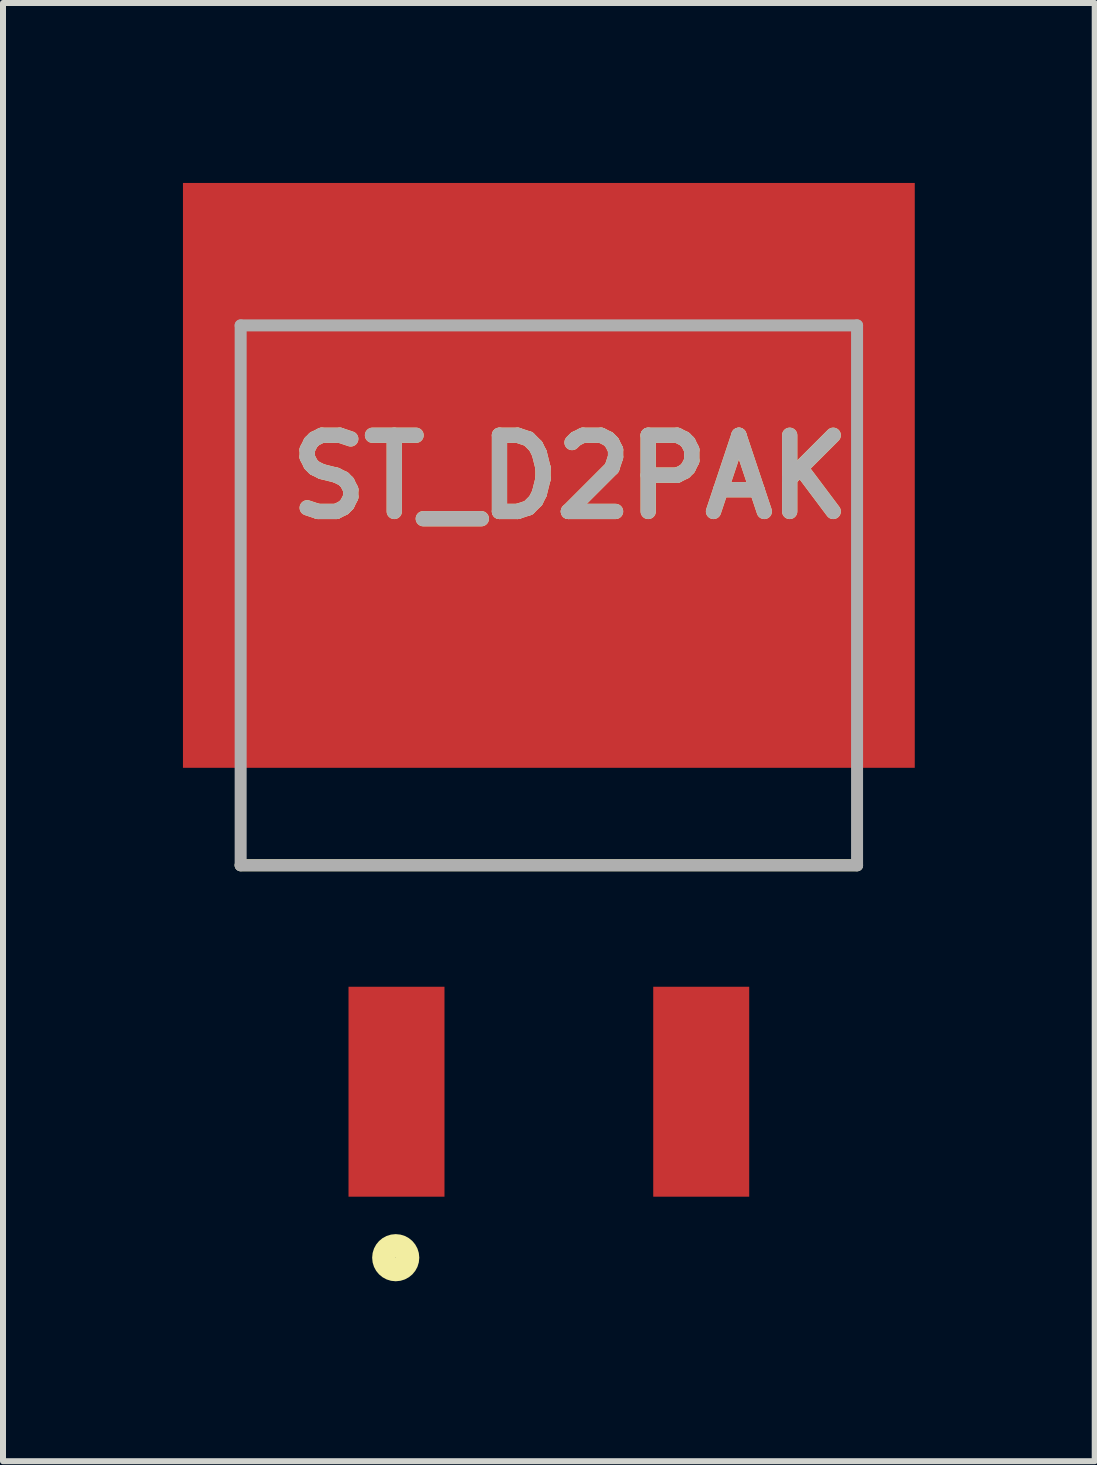
<source format=kicad_pcb>
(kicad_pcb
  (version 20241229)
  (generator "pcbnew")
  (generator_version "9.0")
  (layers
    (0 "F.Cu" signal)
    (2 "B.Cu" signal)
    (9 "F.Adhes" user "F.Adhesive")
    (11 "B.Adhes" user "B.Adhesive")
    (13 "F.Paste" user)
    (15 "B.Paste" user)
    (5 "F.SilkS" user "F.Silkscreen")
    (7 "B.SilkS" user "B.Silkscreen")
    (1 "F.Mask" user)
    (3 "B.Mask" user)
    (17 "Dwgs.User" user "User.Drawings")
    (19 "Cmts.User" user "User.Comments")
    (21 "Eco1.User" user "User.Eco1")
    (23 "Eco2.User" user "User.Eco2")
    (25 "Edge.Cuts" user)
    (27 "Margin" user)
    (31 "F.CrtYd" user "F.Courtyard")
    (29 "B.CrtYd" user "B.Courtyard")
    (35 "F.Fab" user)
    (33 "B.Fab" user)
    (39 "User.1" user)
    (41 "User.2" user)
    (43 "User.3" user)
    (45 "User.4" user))
  (footprint "ST_D2PAK"
    (layer "F.Cu")
    (at 6.1 2.375)
    (property "Reference" "ST_D2PAK" (at 0.356 2.527 0) (layer "F.SilkS") (effects (font (size 1.27 1.27) (thickness 0.254))))
    (attr smd)
    (fp_line (start -5.138 9) (end 5.138 9) (stroke (width 0.2) (type solid)) (layer "F.SilkS"))
    (fp_circle (center -2.553 15.542) (end -2.553 15.74) (stroke (width 0.39) (type solid)) (fill no) (layer "F.SilkS"))
    (fp_line (start -5.138 0) (end 5.138 0) (stroke (width 0.2) (type solid)) (layer "F.Fab"))
    (fp_line (start -5.138 9) (end -5.138 0) (stroke (width 0.2) (type solid)) (layer "F.Fab"))
    (fp_line (start 5.138 0) (end 5.138 9) (stroke (width 0.2) (type solid)) (layer "F.Fab"))
    (fp_line (start 5.138 9) (end -5.138 9) (stroke (width 0.2) (type solid)) (layer "F.Fab"))
    (fp_text user "${REFERENCE}" (at 0.356 2.527 0) (layer "F.Fab") (effects (font (size 1.27 1.27) (thickness 0.254))))
    (pad "1" smd rect (at -2.54 12.775) (size 1.6 3.5) (layers "F.Cu" "F.Mask" "F.Paste"))
    (pad "2" smd rect (at 2.54 12.775) (size 1.6 3.5) (layers "F.Cu" "F.Mask" "F.Paste"))
    (pad "3" smd rect (at 0 2.5 90) (size 9.75 12.2) (layers "F.Cu" "F.Mask" "F.Paste")))
  (gr_rect
    (start -3 -3)
    (end 15.2 21.31)
    (stroke (width 0.1) (type default))
    (fill no)
    (layer "Edge.Cuts")))
</source>
